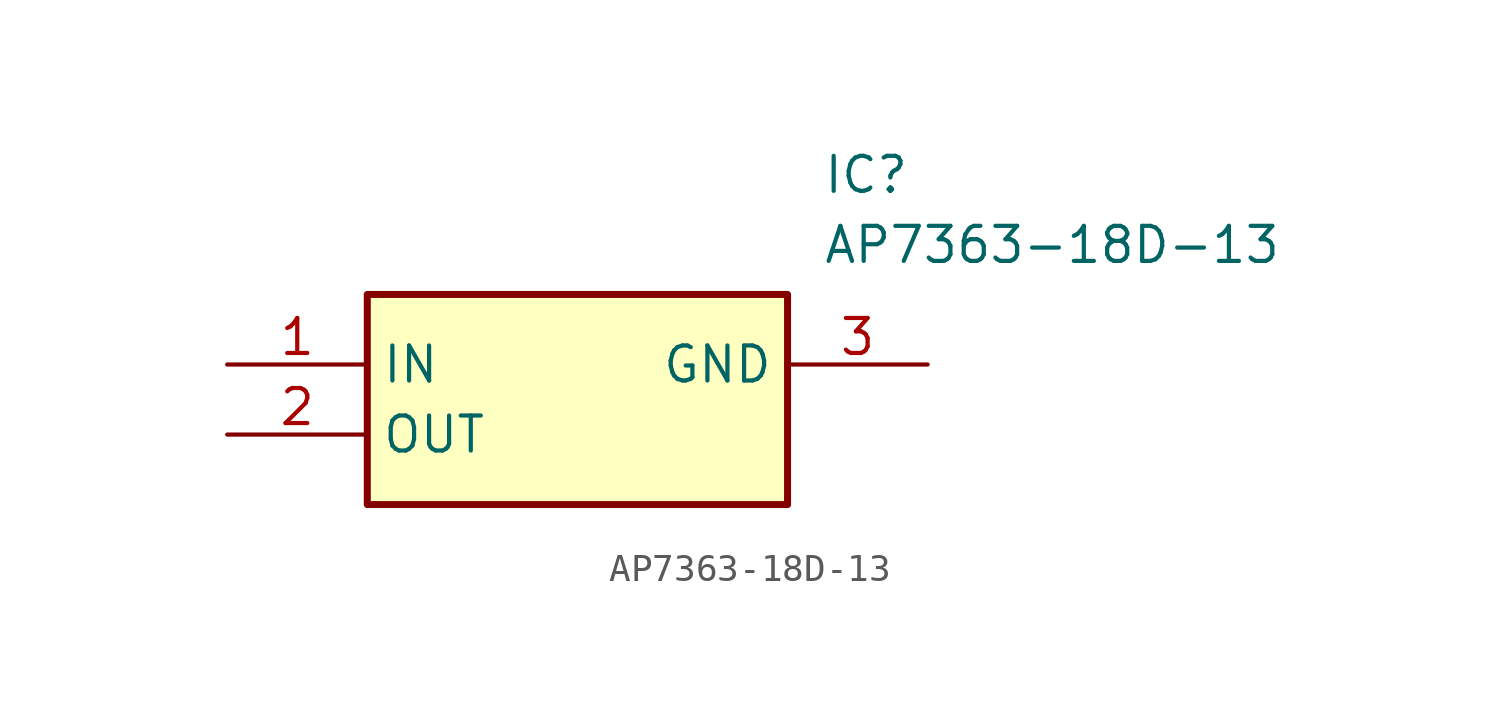
<source format=kicad_sym>
(kicad_symbol_lib
  (version 20211014)
  (generator SamacSys_ECAD_Model)
  (symbol "AP7363-18D-13"
    (property "Reference" "IC"
      (at 21.59 7.62 0)
      (effects (font (size 1.27 1.27)) (justify left top)))
    (property "Value" "AP7363-18D-13"
      (at 21.59 5.08 0)
      (effects (font (size 1.27 1.27)) (justify left top)))
    (rectangle
      (start 5.08 2.54)
      (end 20.32 -5.08)
      (stroke (width 0.254) (type default))
      (fill (type background)))
    (pin passive line
      (at 0 0 0)
      (length 5.08)
      (name "IN" (effects (font (size 1.27 1.27))))
      (number "1" (effects (font (size 1.27 1.27)))))
    (pin passive line
      (at 0 -2.54 0)
      (length 5.08)
      (name "OUT" (effects (font (size 1.27 1.27))))
      (number "2" (effects (font (size 1.27 1.27)))))
    (pin passive line
      (at 25.4 0 180)
      (length 5.08)
      (name "GND" (effects (font (size 1.27 1.27))))
      (number "3" (effects (font (size 1.27 1.27)))))))
</source>
